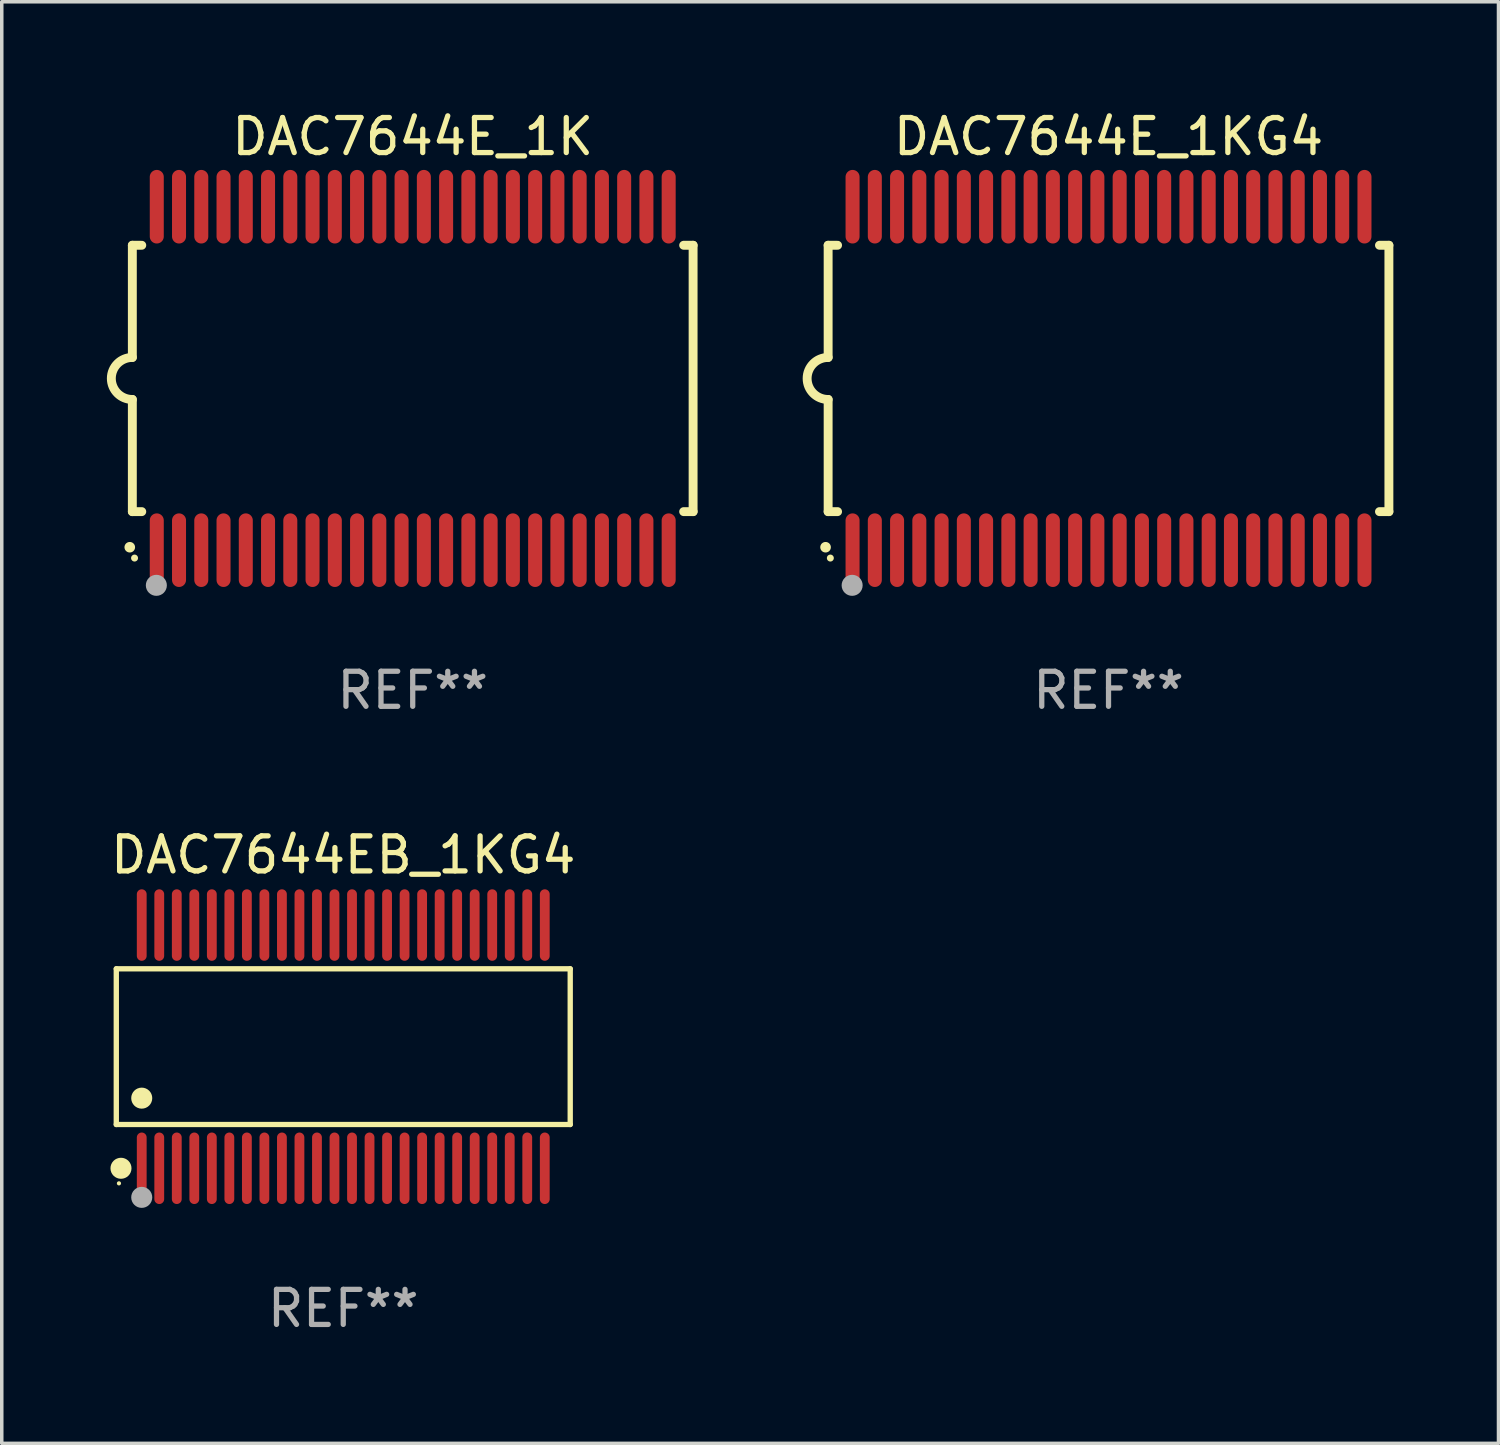
<source format=kicad_pcb>
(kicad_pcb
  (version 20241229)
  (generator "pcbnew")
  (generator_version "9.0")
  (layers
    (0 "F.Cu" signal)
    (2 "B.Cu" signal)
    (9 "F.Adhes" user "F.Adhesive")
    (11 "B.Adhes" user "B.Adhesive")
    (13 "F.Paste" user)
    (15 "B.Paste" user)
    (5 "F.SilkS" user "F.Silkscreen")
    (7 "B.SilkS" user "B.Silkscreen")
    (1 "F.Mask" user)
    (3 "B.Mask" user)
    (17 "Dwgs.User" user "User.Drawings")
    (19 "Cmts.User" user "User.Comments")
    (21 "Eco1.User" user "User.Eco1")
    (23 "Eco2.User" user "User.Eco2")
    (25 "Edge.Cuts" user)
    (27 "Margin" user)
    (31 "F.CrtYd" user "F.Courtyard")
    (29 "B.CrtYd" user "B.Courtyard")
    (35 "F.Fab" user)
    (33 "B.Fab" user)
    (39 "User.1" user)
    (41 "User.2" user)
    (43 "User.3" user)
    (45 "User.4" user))
  (footprint "DAC7644E_1KG4"
    (layer "F.Cu")
    (at 28.579 7.748)
    (property "Reference" "DAC7644E_1KG4" (at 0 -6.9 0) (layer "F.SilkS") (effects (font (size 1 1) (thickness 0.15))))
    (attr through_hole)
    (fp_line (start -8 -3.8) (end -8 -0.599) (stroke (width 0.254) (type solid)) (layer "F.SilkS"))
    (fp_line (start -8 -3.8) (end -7.731 -3.8) (stroke (width 0.254) (type solid)) (layer "F.SilkS"))
    (fp_line (start -8 3.8) (end -8 0.599) (stroke (width 0.254) (type solid)) (layer "F.SilkS"))
    (fp_line (start -7.731 3.8) (end -8 3.8) (stroke (width 0.254) (type solid)) (layer "F.SilkS"))
    (fp_line (start 7.731 -3.8) (end 8 -3.8) (stroke (width 0.254) (type solid)) (layer "F.SilkS"))
    (fp_line (start 8 -3.8) (end 8 3.8) (stroke (width 0.254) (type solid)) (layer "F.SilkS"))
    (fp_line (start 8 3.8) (end 7.731 3.8) (stroke (width 0.254) (type solid)) (layer "F.SilkS"))
    (fp_arc (start -8.074676 4.81585) (mid -8.073406 4.815845) (end -8.072136 4.81585) (stroke (width 0.3) (type solid)) (layer "F.SilkS"))
    (fp_arc (start -8.000025 0.6) (mid -8.598908 0.00056) (end -8.000027 -0.598882) (stroke (width 0.254001) (type solid)) (layer "F.SilkS"))
    (fp_circle (center -7.937 5.125) (end -7.887 5.125) (stroke (width 0.1) (type solid)) (fill no) (layer "F.SilkS"))
    (fp_circle (center -7.315 5.903) (end -7.165 5.903) (stroke (width 0.3) (type solid)) (fill no) (layer "F.Fab"))
    (fp_text user "REF**" (at 0 8.9 0) (layer "F.Fab") (effects (font (size 1 1) (thickness 0.15))))
    (pad "1" smd oval (at -7.303 4.9) (size 0.4 2.1) (layers "F.Cu" "F.Mask" "F.Paste"))
    (pad "2" smd oval (at -6.668 4.9) (size 0.4 2.1) (layers "F.Cu" "F.Mask" "F.Paste"))
    (pad "3" smd oval (at -6.033 4.9) (size 0.4 2.1) (layers "F.Cu" "F.Mask" "F.Paste"))
    (pad "4" smd oval (at -5.398 4.9) (size 0.4 2.1) (layers "F.Cu" "F.Mask" "F.Paste"))
    (pad "5" smd oval (at -4.763 4.9) (size 0.4 2.1) (layers "F.Cu" "F.Mask" "F.Paste"))
    (pad "6" smd oval (at -4.128 4.9) (size 0.4 2.1) (layers "F.Cu" "F.Mask" "F.Paste"))
    (pad "7" smd oval (at -3.493 4.9) (size 0.4 2.1) (layers "F.Cu" "F.Mask" "F.Paste"))
    (pad "8" smd oval (at -2.858 4.9) (size 0.4 2.1) (layers "F.Cu" "F.Mask" "F.Paste"))
    (pad "9" smd oval (at -2.223 4.9) (size 0.4 2.1) (layers "F.Cu" "F.Mask" "F.Paste"))
    (pad "10" smd oval (at -1.588 4.9) (size 0.4 2.1) (layers "F.Cu" "F.Mask" "F.Paste"))
    (pad "11" smd oval (at -0.953 4.9) (size 0.4 2.1) (layers "F.Cu" "F.Mask" "F.Paste"))
    (pad "12" smd oval (at -0.318 4.9) (size 0.4 2.1) (layers "F.Cu" "F.Mask" "F.Paste"))
    (pad "13" smd oval (at 0.318 4.9) (size 0.4 2.1) (layers "F.Cu" "F.Mask" "F.Paste"))
    (pad "14" smd oval (at 0.953 4.9) (size 0.4 2.1) (layers "F.Cu" "F.Mask" "F.Paste"))
    (pad "15" smd oval (at 1.588 4.9) (size 0.4 2.1) (layers "F.Cu" "F.Mask" "F.Paste"))
    (pad "16" smd oval (at 2.223 4.9) (size 0.4 2.1) (layers "F.Cu" "F.Mask" "F.Paste"))
    (pad "17" smd oval (at 2.858 4.9) (size 0.4 2.1) (layers "F.Cu" "F.Mask" "F.Paste"))
    (pad "18" smd oval (at 3.493 4.9) (size 0.4 2.1) (layers "F.Cu" "F.Mask" "F.Paste"))
    (pad "19" smd oval (at 4.128 4.9) (size 0.4 2.1) (layers "F.Cu" "F.Mask" "F.Paste"))
    (pad "20" smd oval (at 4.763 4.9) (size 0.4 2.1) (layers "F.Cu" "F.Mask" "F.Paste"))
    (pad "21" smd oval (at 5.398 4.9) (size 0.4 2.1) (layers "F.Cu" "F.Mask" "F.Paste"))
    (pad "22" smd oval (at 6.033 4.9) (size 0.4 2.1) (layers "F.Cu" "F.Mask" "F.Paste"))
    (pad "23" smd oval (at 6.668 4.9) (size 0.4 2.1) (layers "F.Cu" "F.Mask" "F.Paste"))
    (pad "24" smd oval (at 7.303 4.9) (size 0.4 2.1) (layers "F.Cu" "F.Mask" "F.Paste"))
    (pad "25" smd oval (at 7.303 -4.9 180) (size 0.4 2.1) (layers "F.Cu" "F.Mask" "F.Paste"))
    (pad "26" smd oval (at 6.668 -4.9 180) (size 0.4 2.1) (layers "F.Cu" "F.Mask" "F.Paste"))
    (pad "27" smd oval (at 6.033 -4.9 180) (size 0.4 2.1) (layers "F.Cu" "F.Mask" "F.Paste"))
    (pad "28" smd oval (at 5.398 -4.9 180) (size 0.4 2.1) (layers "F.Cu" "F.Mask" "F.Paste"))
    (pad "29" smd oval (at 4.763 -4.9 180) (size 0.4 2.1) (layers "F.Cu" "F.Mask" "F.Paste"))
    (pad "30" smd oval (at 4.128 -4.9 180) (size 0.4 2.1) (layers "F.Cu" "F.Mask" "F.Paste"))
    (pad "31" smd oval (at 3.493 -4.9 180) (size 0.4 2.1) (layers "F.Cu" "F.Mask" "F.Paste"))
    (pad "32" smd oval (at 2.858 -4.9 180) (size 0.4 2.1) (layers "F.Cu" "F.Mask" "F.Paste"))
    (pad "33" smd oval (at 2.223 -4.9 180) (size 0.4 2.1) (layers "F.Cu" "F.Mask" "F.Paste"))
    (pad "34" smd oval (at 1.588 -4.9 180) (size 0.4 2.1) (layers "F.Cu" "F.Mask" "F.Paste"))
    (pad "35" smd oval (at 0.953 -4.9 180) (size 0.4 2.1) (layers "F.Cu" "F.Mask" "F.Paste"))
    (pad "36" smd oval (at 0.318 -4.9 180) (size 0.4 2.1) (layers "F.Cu" "F.Mask" "F.Paste"))
    (pad "37" smd oval (at -0.318 -4.9 180) (size 0.4 2.1) (layers "F.Cu" "F.Mask" "F.Paste"))
    (pad "38" smd oval (at -0.953 -4.9 180) (size 0.4 2.1) (layers "F.Cu" "F.Mask" "F.Paste"))
    (pad "39" smd oval (at -1.588 -4.9 180) (size 0.4 2.1) (layers "F.Cu" "F.Mask" "F.Paste"))
    (pad "40" smd oval (at -2.223 -4.9 180) (size 0.4 2.1) (layers "F.Cu" "F.Mask" "F.Paste"))
    (pad "41" smd oval (at -2.858 -4.9 180) (size 0.4 2.1) (layers "F.Cu" "F.Mask" "F.Paste"))
    (pad "42" smd oval (at -3.493 -4.9 180) (size 0.4 2.1) (layers "F.Cu" "F.Mask" "F.Paste"))
    (pad "43" smd oval (at -4.128 -4.9 180) (size 0.4 2.1) (layers "F.Cu" "F.Mask" "F.Paste"))
    (pad "44" smd oval (at -4.763 -4.9 180) (size 0.4 2.1) (layers "F.Cu" "F.Mask" "F.Paste"))
    (pad "45" smd oval (at -5.398 -4.9 180) (size 0.4 2.1) (layers "F.Cu" "F.Mask" "F.Paste"))
    (pad "46" smd oval (at -6.033 -4.9 180) (size 0.4 2.1) (layers "F.Cu" "F.Mask" "F.Paste"))
    (pad "47" smd oval (at -6.668 -4.9 180) (size 0.4 2.1) (layers "F.Cu" "F.Mask" "F.Paste"))
    (pad "48" smd oval (at -7.303 -4.9 180) (size 0.4 2.1) (layers "F.Cu" "F.Mask" "F.Paste")))
  (footprint "DAC7644E_1K"
    (layer "F.Cu")
    (at 8.726 7.748)
    (property "Reference" "DAC7644E_1K" (at 0 -6.9 0) (layer "F.SilkS") (effects (font (size 1 1) (thickness 0.15))))
    (attr through_hole)
    (fp_line (start -8 -3.8) (end -8 -0.599) (stroke (width 0.254) (type solid)) (layer "F.SilkS"))
    (fp_line (start -8 -3.8) (end -7.731 -3.8) (stroke (width 0.254) (type solid)) (layer "F.SilkS"))
    (fp_line (start -8 3.8) (end -8 0.599) (stroke (width 0.254) (type solid)) (layer "F.SilkS"))
    (fp_line (start -7.731 3.8) (end -8 3.8) (stroke (width 0.254) (type solid)) (layer "F.SilkS"))
    (fp_line (start 7.731 -3.8) (end 8 -3.8) (stroke (width 0.254) (type solid)) (layer "F.SilkS"))
    (fp_line (start 8 -3.8) (end 8 3.8) (stroke (width 0.254) (type solid)) (layer "F.SilkS"))
    (fp_line (start 8 3.8) (end 7.731 3.8) (stroke (width 0.254) (type solid)) (layer "F.SilkS"))
    (fp_arc (start -8.074676 4.81585) (mid -8.073406 4.815845) (end -8.072136 4.81585) (stroke (width 0.3) (type solid)) (layer "F.SilkS"))
    (fp_arc (start -8.000025 0.6) (mid -8.598908 0.00056) (end -8.000027 -0.598882) (stroke (width 0.254001) (type solid)) (layer "F.SilkS"))
    (fp_circle (center -7.937 5.125) (end -7.887 5.125) (stroke (width 0.1) (type solid)) (fill no) (layer "F.SilkS"))
    (fp_circle (center -7.315 5.903) (end -7.165 5.903) (stroke (width 0.3) (type solid)) (fill no) (layer "F.Fab"))
    (fp_text user "REF**" (at 0 8.9 0) (layer "F.Fab") (effects (font (size 1 1) (thickness 0.15))))
    (pad "1" smd oval (at -7.303 4.9) (size 0.4 2.1) (layers "F.Cu" "F.Mask" "F.Paste"))
    (pad "2" smd oval (at -6.668 4.9) (size 0.4 2.1) (layers "F.Cu" "F.Mask" "F.Paste"))
    (pad "3" smd oval (at -6.033 4.9) (size 0.4 2.1) (layers "F.Cu" "F.Mask" "F.Paste"))
    (pad "4" smd oval (at -5.398 4.9) (size 0.4 2.1) (layers "F.Cu" "F.Mask" "F.Paste"))
    (pad "5" smd oval (at -4.763 4.9) (size 0.4 2.1) (layers "F.Cu" "F.Mask" "F.Paste"))
    (pad "6" smd oval (at -4.128 4.9) (size 0.4 2.1) (layers "F.Cu" "F.Mask" "F.Paste"))
    (pad "7" smd oval (at -3.493 4.9) (size 0.4 2.1) (layers "F.Cu" "F.Mask" "F.Paste"))
    (pad "8" smd oval (at -2.858 4.9) (size 0.4 2.1) (layers "F.Cu" "F.Mask" "F.Paste"))
    (pad "9" smd oval (at -2.223 4.9) (size 0.4 2.1) (layers "F.Cu" "F.Mask" "F.Paste"))
    (pad "10" smd oval (at -1.588 4.9) (size 0.4 2.1) (layers "F.Cu" "F.Mask" "F.Paste"))
    (pad "11" smd oval (at -0.953 4.9) (size 0.4 2.1) (layers "F.Cu" "F.Mask" "F.Paste"))
    (pad "12" smd oval (at -0.318 4.9) (size 0.4 2.1) (layers "F.Cu" "F.Mask" "F.Paste"))
    (pad "13" smd oval (at 0.318 4.9) (size 0.4 2.1) (layers "F.Cu" "F.Mask" "F.Paste"))
    (pad "14" smd oval (at 0.953 4.9) (size 0.4 2.1) (layers "F.Cu" "F.Mask" "F.Paste"))
    (pad "15" smd oval (at 1.588 4.9) (size 0.4 2.1) (layers "F.Cu" "F.Mask" "F.Paste"))
    (pad "16" smd oval (at 2.223 4.9) (size 0.4 2.1) (layers "F.Cu" "F.Mask" "F.Paste"))
    (pad "17" smd oval (at 2.858 4.9) (size 0.4 2.1) (layers "F.Cu" "F.Mask" "F.Paste"))
    (pad "18" smd oval (at 3.493 4.9) (size 0.4 2.1) (layers "F.Cu" "F.Mask" "F.Paste"))
    (pad "19" smd oval (at 4.128 4.9) (size 0.4 2.1) (layers "F.Cu" "F.Mask" "F.Paste"))
    (pad "20" smd oval (at 4.763 4.9) (size 0.4 2.1) (layers "F.Cu" "F.Mask" "F.Paste"))
    (pad "21" smd oval (at 5.398 4.9) (size 0.4 2.1) (layers "F.Cu" "F.Mask" "F.Paste"))
    (pad "22" smd oval (at 6.033 4.9) (size 0.4 2.1) (layers "F.Cu" "F.Mask" "F.Paste"))
    (pad "23" smd oval (at 6.668 4.9) (size 0.4 2.1) (layers "F.Cu" "F.Mask" "F.Paste"))
    (pad "24" smd oval (at 7.303 4.9) (size 0.4 2.1) (layers "F.Cu" "F.Mask" "F.Paste"))
    (pad "25" smd oval (at 7.303 -4.9 180) (size 0.4 2.1) (layers "F.Cu" "F.Mask" "F.Paste"))
    (pad "26" smd oval (at 6.668 -4.9 180) (size 0.4 2.1) (layers "F.Cu" "F.Mask" "F.Paste"))
    (pad "27" smd oval (at 6.033 -4.9 180) (size 0.4 2.1) (layers "F.Cu" "F.Mask" "F.Paste"))
    (pad "28" smd oval (at 5.398 -4.9 180) (size 0.4 2.1) (layers "F.Cu" "F.Mask" "F.Paste"))
    (pad "29" smd oval (at 4.763 -4.9 180) (size 0.4 2.1) (layers "F.Cu" "F.Mask" "F.Paste"))
    (pad "30" smd oval (at 4.128 -4.9 180) (size 0.4 2.1) (layers "F.Cu" "F.Mask" "F.Paste"))
    (pad "31" smd oval (at 3.493 -4.9 180) (size 0.4 2.1) (layers "F.Cu" "F.Mask" "F.Paste"))
    (pad "32" smd oval (at 2.858 -4.9 180) (size 0.4 2.1) (layers "F.Cu" "F.Mask" "F.Paste"))
    (pad "33" smd oval (at 2.223 -4.9 180) (size 0.4 2.1) (layers "F.Cu" "F.Mask" "F.Paste"))
    (pad "34" smd oval (at 1.588 -4.9 180) (size 0.4 2.1) (layers "F.Cu" "F.Mask" "F.Paste"))
    (pad "35" smd oval (at 0.953 -4.9 180) (size 0.4 2.1) (layers "F.Cu" "F.Mask" "F.Paste"))
    (pad "36" smd oval (at 0.318 -4.9 180) (size 0.4 2.1) (layers "F.Cu" "F.Mask" "F.Paste"))
    (pad "37" smd oval (at -0.318 -4.9 180) (size 0.4 2.1) (layers "F.Cu" "F.Mask" "F.Paste"))
    (pad "38" smd oval (at -0.953 -4.9 180) (size 0.4 2.1) (layers "F.Cu" "F.Mask" "F.Paste"))
    (pad "39" smd oval (at -1.588 -4.9 180) (size 0.4 2.1) (layers "F.Cu" "F.Mask" "F.Paste"))
    (pad "40" smd oval (at -2.223 -4.9 180) (size 0.4 2.1) (layers "F.Cu" "F.Mask" "F.Paste"))
    (pad "41" smd oval (at -2.858 -4.9 180) (size 0.4 2.1) (layers "F.Cu" "F.Mask" "F.Paste"))
    (pad "42" smd oval (at -3.493 -4.9 180) (size 0.4 2.1) (layers "F.Cu" "F.Mask" "F.Paste"))
    (pad "43" smd oval (at -4.128 -4.9 180) (size 0.4 2.1) (layers "F.Cu" "F.Mask" "F.Paste"))
    (pad "44" smd oval (at -4.763 -4.9 180) (size 0.4 2.1) (layers "F.Cu" "F.Mask" "F.Paste"))
    (pad "45" smd oval (at -5.398 -4.9 180) (size 0.4 2.1) (layers "F.Cu" "F.Mask" "F.Paste"))
    (pad "46" smd oval (at -6.033 -4.9 180) (size 0.4 2.1) (layers "F.Cu" "F.Mask" "F.Paste"))
    (pad "47" smd oval (at -6.668 -4.9 180) (size 0.4 2.1) (layers "F.Cu" "F.Mask" "F.Paste"))
    (pad "48" smd oval (at -7.303 -4.9 180) (size 0.4 2.1) (layers "F.Cu" "F.Mask" "F.Paste")))
  (footprint "DAC7644EB_1KG4"
    (layer "F.Cu")
    (at 6.744 26.814)
    (property "Reference" "DAC7644EB_1KG4" (at 0 -5.47 0) (layer "F.SilkS") (effects (font (size 1 1) (thickness 0.15))))
    (attr through_hole)
    (fp_line (start -6.476 -2.221) (end 6.476 -2.221) (stroke (width 0.152) (type solid)) (layer "F.SilkS"))
    (fp_line (start -6.476 2.221) (end -6.476 -2.221) (stroke (width 0.152) (type solid)) (layer "F.SilkS"))
    (fp_line (start 6.476 -2.221) (end 6.476 2.221) (stroke (width 0.152) (type solid)) (layer "F.SilkS"))
    (fp_line (start 6.476 2.221) (end -6.476 2.221) (stroke (width 0.152) (type solid)) (layer "F.SilkS"))
    (fp_circle (center -6.4 3.9) (end -6.37 3.9) (stroke (width 0.06) (type solid)) (fill no) (layer "F.SilkS"))
    (fp_circle (center -6.342 3.47) (end -6.192 3.47) (stroke (width 0.3) (type solid)) (fill no) (layer "F.SilkS"))
    (fp_circle (center -5.75 1.469) (end -5.6 1.469) (stroke (width 0.3) (type solid)) (fill no) (layer "F.SilkS"))
    (fp_circle (center -5.75 4.3) (end -5.6 4.3) (stroke (width 0.3) (type solid)) (fill no) (layer "F.Fab"))
    (fp_text user "REF**" (at 0 7.47 0) (layer "F.Fab") (effects (font (size 1 1) (thickness 0.15))))
    (pad "1" smd oval (at -5.75 3.47) (size 0.28 2.04) (layers "F.Cu" "F.Mask" "F.Paste"))
    (pad "2" smd oval (at -5.25 3.47) (size 0.28 2.04) (layers "F.Cu" "F.Mask" "F.Paste"))
    (pad "3" smd oval (at -4.75 3.47) (size 0.28 2.04) (layers "F.Cu" "F.Mask" "F.Paste"))
    (pad "4" smd oval (at -4.25 3.47) (size 0.28 2.04) (layers "F.Cu" "F.Mask" "F.Paste"))
    (pad "5" smd oval (at -3.75 3.47) (size 0.28 2.04) (layers "F.Cu" "F.Mask" "F.Paste"))
    (pad "6" smd oval (at -3.25 3.47) (size 0.28 2.04) (layers "F.Cu" "F.Mask" "F.Paste"))
    (pad "7" smd oval (at -2.75 3.47) (size 0.28 2.04) (layers "F.Cu" "F.Mask" "F.Paste"))
    (pad "8" smd oval (at -2.25 3.47) (size 0.28 2.04) (layers "F.Cu" "F.Mask" "F.Paste"))
    (pad "9" smd oval (at -1.75 3.47) (size 0.28 2.04) (layers "F.Cu" "F.Mask" "F.Paste"))
    (pad "10" smd oval (at -1.25 3.47) (size 0.28 2.04) (layers "F.Cu" "F.Mask" "F.Paste"))
    (pad "11" smd oval (at -0.75 3.47) (size 0.28 2.04) (layers "F.Cu" "F.Mask" "F.Paste"))
    (pad "12" smd oval (at -0.25 3.47) (size 0.28 2.04) (layers "F.Cu" "F.Mask" "F.Paste"))
    (pad "13" smd oval (at 0.25 3.47) (size 0.28 2.04) (layers "F.Cu" "F.Mask" "F.Paste"))
    (pad "14" smd oval (at 0.75 3.47) (size 0.28 2.04) (layers "F.Cu" "F.Mask" "F.Paste"))
    (pad "15" smd oval (at 1.25 3.47) (size 0.28 2.04) (layers "F.Cu" "F.Mask" "F.Paste"))
    (pad "16" smd oval (at 1.75 3.47) (size 0.28 2.04) (layers "F.Cu" "F.Mask" "F.Paste"))
    (pad "17" smd oval (at 2.25 3.47) (size 0.28 2.04) (layers "F.Cu" "F.Mask" "F.Paste"))
    (pad "18" smd oval (at 2.75 3.47) (size 0.28 2.04) (layers "F.Cu" "F.Mask" "F.Paste"))
    (pad "19" smd oval (at 3.25 3.47) (size 0.28 2.04) (layers "F.Cu" "F.Mask" "F.Paste"))
    (pad "20" smd oval (at 3.75 3.47) (size 0.28 2.04) (layers "F.Cu" "F.Mask" "F.Paste"))
    (pad "21" smd oval (at 4.25 3.47) (size 0.28 2.04) (layers "F.Cu" "F.Mask" "F.Paste"))
    (pad "22" smd oval (at 4.75 3.47) (size 0.28 2.04) (layers "F.Cu" "F.Mask" "F.Paste"))
    (pad "23" smd oval (at 5.25 3.47) (size 0.28 2.04) (layers "F.Cu" "F.Mask" "F.Paste"))
    (pad "24" smd oval (at 5.75 3.47) (size 0.28 2.04) (layers "F.Cu" "F.Mask" "F.Paste"))
    (pad "25" smd oval (at 5.75 -3.47) (size 0.28 2.04) (layers "F.Cu" "F.Mask" "F.Paste"))
    (pad "26" smd oval (at 5.25 -3.47) (size 0.28 2.04) (layers "F.Cu" "F.Mask" "F.Paste"))
    (pad "27" smd oval (at 4.75 -3.47) (size 0.28 2.04) (layers "F.Cu" "F.Mask" "F.Paste"))
    (pad "28" smd oval (at 4.25 -3.47) (size 0.28 2.04) (layers "F.Cu" "F.Mask" "F.Paste"))
    (pad "29" smd oval (at 3.75 -3.47) (size 0.28 2.04) (layers "F.Cu" "F.Mask" "F.Paste"))
    (pad "30" smd oval (at 3.25 -3.47) (size 0.28 2.04) (layers "F.Cu" "F.Mask" "F.Paste"))
    (pad "31" smd oval (at 2.75 -3.47) (size 0.28 2.04) (layers "F.Cu" "F.Mask" "F.Paste"))
    (pad "32" smd oval (at 2.25 -3.47) (size 0.28 2.04) (layers "F.Cu" "F.Mask" "F.Paste"))
    (pad "33" smd oval (at 1.75 -3.47) (size 0.28 2.04) (layers "F.Cu" "F.Mask" "F.Paste"))
    (pad "34" smd oval (at 1.25 -3.47) (size 0.28 2.04) (layers "F.Cu" "F.Mask" "F.Paste"))
    (pad "35" smd oval (at 0.75 -3.47) (size 0.28 2.04) (layers "F.Cu" "F.Mask" "F.Paste"))
    (pad "36" smd oval (at 0.25 -3.47) (size 0.28 2.04) (layers "F.Cu" "F.Mask" "F.Paste"))
    (pad "37" smd oval (at -0.25 -3.47) (size 0.28 2.04) (layers "F.Cu" "F.Mask" "F.Paste"))
    (pad "38" smd oval (at -0.75 -3.47) (size 0.28 2.04) (layers "F.Cu" "F.Mask" "F.Paste"))
    (pad "39" smd oval (at -1.25 -3.47) (size 0.28 2.04) (layers "F.Cu" "F.Mask" "F.Paste"))
    (pad "40" smd oval (at -1.75 -3.47) (size 0.28 2.04) (layers "F.Cu" "F.Mask" "F.Paste"))
    (pad "41" smd oval (at -2.25 -3.47) (size 0.28 2.04) (layers "F.Cu" "F.Mask" "F.Paste"))
    (pad "42" smd oval (at -2.75 -3.47) (size 0.28 2.04) (layers "F.Cu" "F.Mask" "F.Paste"))
    (pad "43" smd oval (at -3.25 -3.47) (size 0.28 2.04) (layers "F.Cu" "F.Mask" "F.Paste"))
    (pad "44" smd oval (at -3.75 -3.47) (size 0.28 2.04) (layers "F.Cu" "F.Mask" "F.Paste"))
    (pad "45" smd oval (at -4.25 -3.47) (size 0.28 2.04) (layers "F.Cu" "F.Mask" "F.Paste"))
    (pad "46" smd oval (at -4.75 -3.47) (size 0.28 2.04) (layers "F.Cu" "F.Mask" "F.Paste"))
    (pad "47" smd oval (at -5.25 -3.47) (size 0.28 2.04) (layers "F.Cu" "F.Mask" "F.Paste"))
    (pad "48" smd oval (at -5.75 -3.47) (size 0.28 2.04) (layers "F.Cu" "F.Mask" "F.Paste")))
  (gr_rect
    (start -3 -3)
    (end 39.706 38.133)
    (stroke (width 0.1) (type default))
    (fill no)
    (layer "Edge.Cuts")))
</source>
